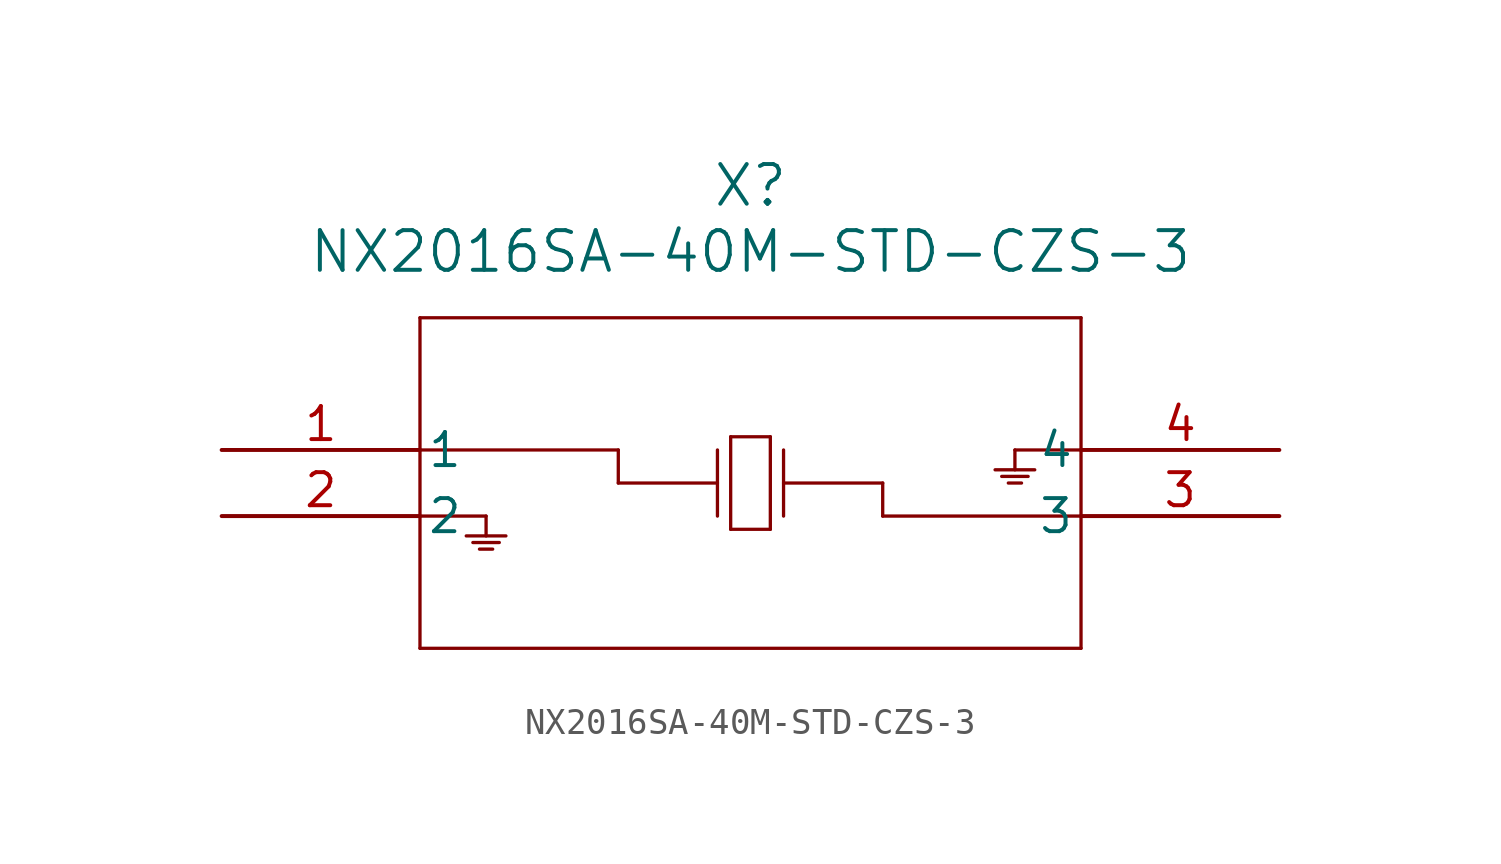
<source format=kicad_sym>
(kicad_symbol_lib
  (version 20231120)
  (generator "kicad_symbol_editor")
  (generator_version "8.0")
  (symbol "NX2016SA-40M-STD-CZS-3"
    (pin_names
      (offset 0.254))
    (property "Reference" "X"
      (at 20.32 10.16 0)
      (effects (font (size 1.524 1.524))))
    (property "Value" "NX2016SA-40M-STD-CZS-3"
      (at 20.32 7.62 0)
      (effects (font (size 1.524 1.524))))
    (symbol "NX2016SA-40M-STD-CZS-3_0_1"
      (polyline (pts (xy 7.62 -7.62) (xy 33.02 -7.62)) (stroke (width 0.127) (type default)) (fill (type none)))
      (polyline (pts (xy 7.62 -2.54) (xy 10.16 -2.54)) (stroke (width 0.127) (type default)) (fill (type none)))
      (polyline (pts (xy 7.62 0) (xy 15.24 0)) (stroke (width 0.127) (type default)) (fill (type none)))
      (polyline (pts (xy 7.62 5.08) (xy 7.62 -7.62)) (stroke (width 0.127) (type default)) (fill (type none)))
      (polyline (pts (xy 9.398 -3.302) (xy 10.922 -3.302)) (stroke (width 0.127) (type default)) (fill (type none)))
      (polyline (pts (xy 10.16 -2.54) (xy 10.16 -3.302)) (stroke (width 0.127) (type default)) (fill (type none)))
      (polyline (pts (xy 10.414 -3.81) (xy 9.906 -3.81)) (stroke (width 0.127) (type default)) (fill (type none)))
      (polyline (pts (xy 10.668 -3.556) (xy 9.652 -3.556)) (stroke (width 0.127) (type default)) (fill (type none)))
      (polyline (pts (xy 15.24 -1.27) (xy 19.05 -1.27)) (stroke (width 0.127) (type default)) (fill (type none)))
      (polyline (pts (xy 15.24 0) (xy 15.24 -1.27)) (stroke (width 0.127) (type default)) (fill (type none)))
      (polyline (pts (xy 19.05 0) (xy 19.05 -2.54)) (stroke (width 0.127) (type default)) (fill (type none)))
      (polyline (pts (xy 19.558 -3.048) (xy 21.082 -3.048)) (stroke (width 0.127) (type default)) (fill (type none)))
      (polyline (pts (xy 19.558 0.508) (xy 19.558 -3.048)) (stroke (width 0.127) (type default)) (fill (type none)))
      (polyline (pts (xy 21.082 0.508) (xy 19.558 0.508)) (stroke (width 0.127) (type default)) (fill (type none)))
      (polyline (pts (xy 21.082 0.508) (xy 21.082 -3.048)) (stroke (width 0.127) (type default)) (fill (type none)))
      (polyline (pts (xy 21.59 -1.27) (xy 25.4 -1.27)) (stroke (width 0.127) (type default)) (fill (type none)))
      (polyline (pts (xy 21.59 0) (xy 21.59 -2.54)) (stroke (width 0.127) (type default)) (fill (type none)))
      (polyline (pts (xy 25.4 -2.54) (xy 33.02 -2.54)) (stroke (width 0.127) (type default)) (fill (type none)))
      (polyline (pts (xy 25.4 -1.27) (xy 25.4 -2.54)) (stroke (width 0.127) (type default)) (fill (type none)))
      (polyline (pts (xy 29.972 -1.016) (xy 30.988 -1.016)) (stroke (width 0.127) (type default)) (fill (type none)))
      (polyline (pts (xy 30.226 -1.27) (xy 30.734 -1.27)) (stroke (width 0.127) (type default)) (fill (type none)))
      (polyline (pts (xy 30.48 0) (xy 30.48 -0.762)) (stroke (width 0.127) (type default)) (fill (type none)))
      (polyline (pts (xy 31.242 -0.762) (xy 29.718 -0.762)) (stroke (width 0.127) (type default)) (fill (type none)))
      (polyline (pts (xy 33.02 -7.62) (xy 33.02 5.08)) (stroke (width 0.127) (type default)) (fill (type none)))
      (polyline (pts (xy 33.02 0) (xy 30.48 0)) (stroke (width 0.127) (type default)) (fill (type none)))
      (polyline (pts (xy 33.02 5.08) (xy 7.62 5.08)) (stroke (width 0.127) (type default)) (fill (type none)))
      (pin unspecified line (at 0 0 0) (length 7.62) (name "1" (effects (font (size 1.27 1.27)))) (number "1" (effects (font (size 1.27 1.27)))))
      (pin unspecified line (at 0 -2.54 0) (length 7.62) (name "2" (effects (font (size 1.27 1.27)))) (number "2" (effects (font (size 1.27 1.27)))))
      (pin unspecified line (at 40.64 -2.54 180) (length 7.62) (name "3" (effects (font (size 1.27 1.27)))) (number "3" (effects (font (size 1.27 1.27)))))
      (pin unspecified line (at 40.64 0 180) (length 7.62) (name "4" (effects (font (size 1.27 1.27)))) (number "4" (effects (font (size 1.27 1.27))))))))
</source>
